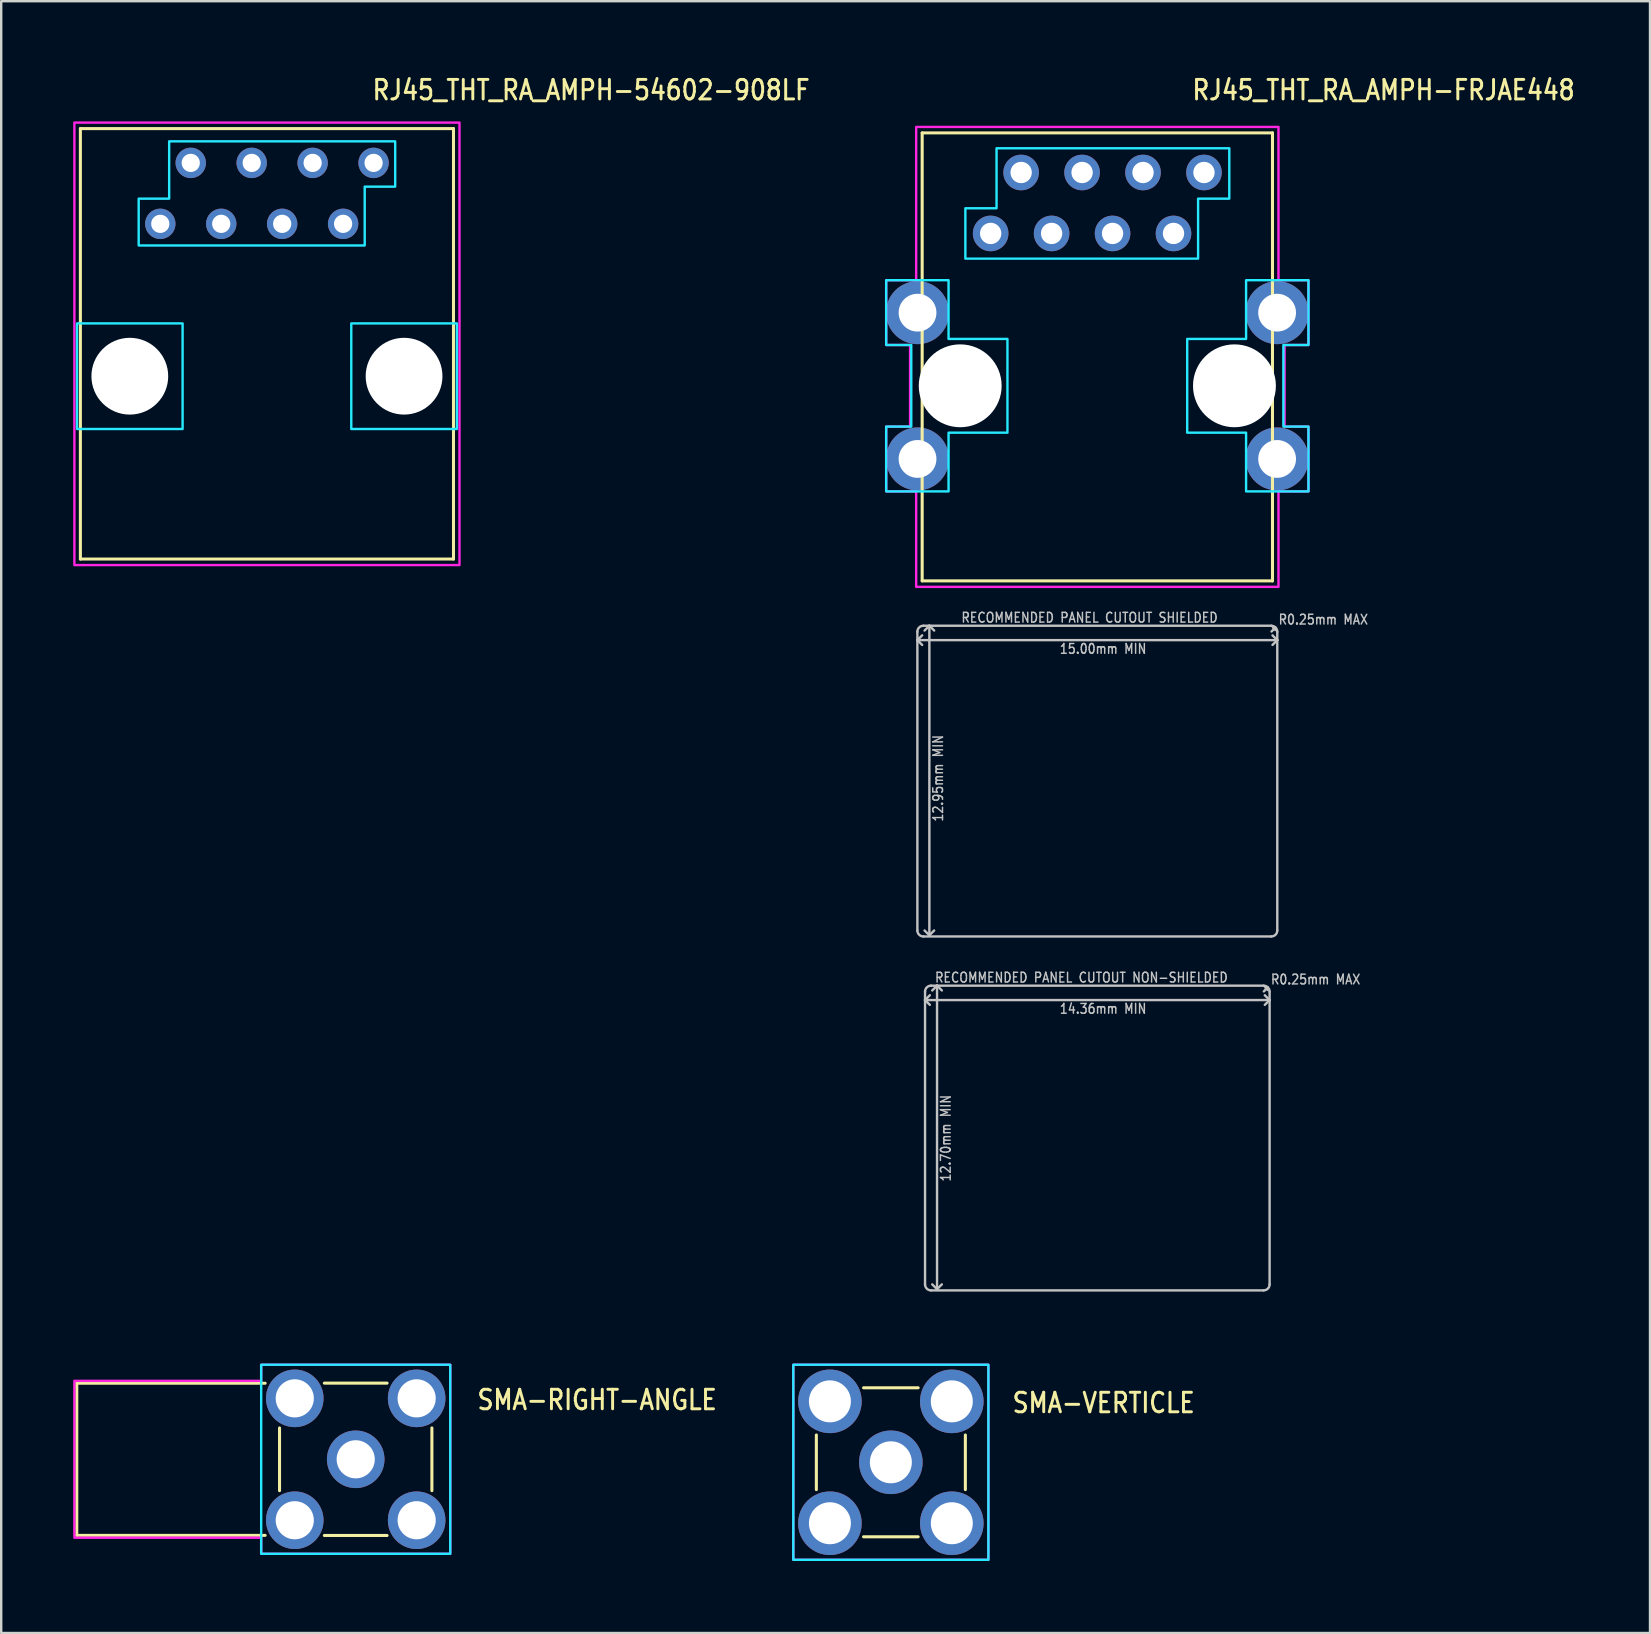
<source format=kicad_pcb>
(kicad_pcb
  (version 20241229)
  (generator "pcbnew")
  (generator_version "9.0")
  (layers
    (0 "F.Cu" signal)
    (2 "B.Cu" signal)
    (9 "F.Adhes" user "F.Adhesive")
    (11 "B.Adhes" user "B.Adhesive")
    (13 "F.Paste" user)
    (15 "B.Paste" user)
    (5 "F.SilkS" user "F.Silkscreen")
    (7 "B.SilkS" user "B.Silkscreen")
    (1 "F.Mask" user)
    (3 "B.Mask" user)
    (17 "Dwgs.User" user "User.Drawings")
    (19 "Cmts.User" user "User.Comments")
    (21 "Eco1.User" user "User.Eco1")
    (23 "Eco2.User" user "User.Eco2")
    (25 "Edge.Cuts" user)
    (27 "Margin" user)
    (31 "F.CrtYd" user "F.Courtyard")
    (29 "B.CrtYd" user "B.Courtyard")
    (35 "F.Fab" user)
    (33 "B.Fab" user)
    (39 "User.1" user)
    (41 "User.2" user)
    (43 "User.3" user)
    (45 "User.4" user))
  (footprint "RJ45_THT_RA_AMPH-FRJAE448"
    (layer "F.Cu")
    (at 42.683 13.029)
    (property "Reference" "RJ45_THT_RA_AMPH-FRJAE448" (at 3.89 -11.85 0) (unlocked yes) (layer "F.SilkS") (effects (font (size 0.813 0.695) (thickness 0.122)) (justify left bottom)))
    (fp_line (start -7.3 -10.54) (end 7.3 -10.54) (stroke (width 0.127) (type solid)) (layer "F.SilkS"))
    (fp_line (start -7.3 8.13) (end -7.3 -10.54) (stroke (width 0.127) (type solid)) (layer "F.SilkS"))
    (fp_line (start 7.3 -10.54) (end 7.3 8.13) (stroke (width 0.127) (type solid)) (layer "F.SilkS"))
    (fp_line (start 7.3 8.13) (end -7.3 8.13) (stroke (width 0.127) (type solid)) (layer "F.SilkS"))
    (fp_line (start -7.5 10.6) (end -7.5 10.25) (stroke (width 0.1) (type solid)) (layer "Dwgs.User"))
    (fp_line (start -7.5 10.6) (end -7.3 10.8) (stroke (width 0.1) (type solid)) (layer "Dwgs.User"))
    (fp_line (start -7.5 10.6) (end 7.5 10.6) (stroke (width 0.1) (type solid)) (layer "Dwgs.User"))
    (fp_line (start -7.5 22.7) (end -7.5 10.6) (stroke (width 0.1) (type solid)) (layer "Dwgs.User"))
    (fp_line (start -7.3 10.4) (end -7.5 10.6) (stroke (width 0.1) (type solid)) (layer "Dwgs.User"))
    (fp_line (start -7.25 10) (end -7 10) (stroke (width 0.1) (type solid)) (layer "Dwgs.User"))
    (fp_line (start -7.18 25.6) (end -7.18 25.25) (stroke (width 0.1) (type solid)) (layer "Dwgs.User"))
    (fp_line (start -7.18 25.6) (end -6.98 25.8) (stroke (width 0.1) (type solid)) (layer "Dwgs.User"))
    (fp_line (start -7.18 25.6) (end 7.18 25.6) (stroke (width 0.1) (type solid)) (layer "Dwgs.User"))
    (fp_line (start -7.18 37.45) (end -7.18 25.6) (stroke (width 0.1) (type solid)) (layer "Dwgs.User"))
    (fp_line (start -7 10) (end -7.2 10.2) (stroke (width 0.1) (type solid)) (layer "Dwgs.User"))
    (fp_line (start -7 10) (end -7 22.9) (stroke (width 0.1) (type solid)) (layer "Dwgs.User"))
    (fp_line (start -7 10) (end -6.8 10.2) (stroke (width 0.1) (type solid)) (layer "Dwgs.User"))
    (fp_line (start -7 10) (end 7.25 10) (stroke (width 0.1) (type solid)) (layer "Dwgs.User"))
    (fp_line (start -7 22.9) (end -7.2 22.7) (stroke (width 0.1) (type solid)) (layer "Dwgs.User"))
    (fp_line (start -7 22.9) (end -6.8 22.7) (stroke (width 0.1) (type solid)) (layer "Dwgs.User"))
    (fp_line (start -6.98 25.4) (end -7.18 25.6) (stroke (width 0.1) (type solid)) (layer "Dwgs.User"))
    (fp_line (start -6.93 25) (end -6.68 25) (stroke (width 0.1) (type solid)) (layer "Dwgs.User"))
    (fp_line (start -6.68 25) (end -6.88 25.2) (stroke (width 0.1) (type solid)) (layer "Dwgs.User"))
    (fp_line (start -6.68 25) (end -6.68 37.65) (stroke (width 0.1) (type solid)) (layer "Dwgs.User"))
    (fp_line (start -6.68 25) (end -6.48 25.2) (stroke (width 0.1) (type solid)) (layer "Dwgs.User"))
    (fp_line (start -6.68 25) (end 6.93 25) (stroke (width 0.1) (type solid)) (layer "Dwgs.User"))
    (fp_line (start -6.68 37.65) (end -6.88 37.45) (stroke (width 0.1) (type solid)) (layer "Dwgs.User"))
    (fp_line (start -6.68 37.65) (end -6.48 37.45) (stroke (width 0.1) (type solid)) (layer "Dwgs.User"))
    (fp_line (start 6.93 37.7) (end -6.93 37.7) (stroke (width 0.1) (type solid)) (layer "Dwgs.User"))
    (fp_line (start 6.94 25.24) (end 7.1 25.08) (stroke (width 0.1) (type solid)) (layer "Dwgs.User"))
    (fp_line (start 7.1 25.08) (end 7 25.08) (stroke (width 0.1) (type solid)) (layer "Dwgs.User"))
    (fp_line (start 7.1 25.08) (end 7.1 25.18) (stroke (width 0.1) (type solid)) (layer "Dwgs.User"))
    (fp_line (start 7.18 25.25) (end 7.18 25.6) (stroke (width 0.1) (type solid)) (layer "Dwgs.User"))
    (fp_line (start 7.18 25.6) (end 6.98 25.4) (stroke (width 0.1) (type solid)) (layer "Dwgs.User"))
    (fp_line (start 7.18 25.6) (end 6.98 25.8) (stroke (width 0.1) (type solid)) (layer "Dwgs.User"))
    (fp_line (start 7.18 25.6) (end 7.18 37.45) (stroke (width 0.1) (type solid)) (layer "Dwgs.User"))
    (fp_line (start 7.25 22.95) (end -7.25 22.95) (stroke (width 0.1) (type solid)) (layer "Dwgs.User"))
    (fp_line (start 7.26 10.24) (end 7.42 10.08) (stroke (width 0.1) (type solid)) (layer "Dwgs.User"))
    (fp_line (start 7.42 10.08) (end 7.32 10.08) (stroke (width 0.1) (type solid)) (layer "Dwgs.User"))
    (fp_line (start 7.42 10.08) (end 7.42 10.18) (stroke (width 0.1) (type solid)) (layer "Dwgs.User"))
    (fp_line (start 7.5 10.25) (end 7.5 10.6) (stroke (width 0.1) (type solid)) (layer "Dwgs.User"))
    (fp_line (start 7.5 10.6) (end 7.3 10.4) (stroke (width 0.1) (type solid)) (layer "Dwgs.User"))
    (fp_line (start 7.5 10.6) (end 7.3 10.8) (stroke (width 0.1) (type solid)) (layer "Dwgs.User"))
    (fp_line (start 7.5 10.6) (end 7.5 22.7) (stroke (width 0.1) (type solid)) (layer "Dwgs.User"))
    (fp_arc (start -7.5 10.25) (mid -7.426777 10.073223) (end -7.25 10) (stroke (width 0.1) (type solid)) (layer "Dwgs.User"))
    (fp_arc (start -7.25 22.95) (mid -7.426777 22.876777) (end -7.5 22.7) (stroke (width 0.1) (type solid)) (layer "Dwgs.User"))
    (fp_arc (start -7.18 25.25) (mid -7.106777 25.073223) (end -6.93 25) (stroke (width 0.1) (type solid)) (layer "Dwgs.User"))
    (fp_arc (start -6.93 37.7) (mid -7.106777 37.626777) (end -7.18 37.45) (stroke (width 0.1) (type solid)) (layer "Dwgs.User"))
    (fp_arc (start 6.93 25) (mid 7.106777 25.073223) (end 7.18 25.25) (stroke (width 0.1) (type solid)) (layer "Dwgs.User"))
    (fp_arc (start 7.18 37.45) (mid 7.106777 37.626777) (end 6.93 37.7) (stroke (width 0.1) (type solid)) (layer "Dwgs.User"))
    (fp_arc (start 7.25 10) (mid 7.426777 10.073223) (end 7.5 10.25) (stroke (width 0.1) (type solid)) (layer "Dwgs.User"))
    (fp_arc (start 7.5 22.7) (mid 7.426777 22.876777) (end 7.25 22.95) (stroke (width 0.1) (type solid)) (layer "Dwgs.User"))
    (fp_poly (pts (xy -4.2 -9.9) (xy 5.5 -9.9) (xy 5.5 -7.8) (xy 4.2 -7.8) (xy 4.2 -5.3) (xy -5.5 -5.3) (xy -5.5 -7.4) (xy -4.2 -7.4)) (stroke (width 0.1) (type solid)) (fill no) (layer "B.CrtYd"))
    (fp_poly (pts (xy -8.8 -4.4) (xy -6.2 -4.4) (xy -6.2 -1.954) (xy -3.746 -1.954) (xy -3.746 1.954) (xy -6.2 1.954) (xy -6.2 4.4) (xy -8.8 4.4) (xy -8.8 1.7) (xy -7.754 1.7) (xy -7.754 -1.7) (xy -8.8 -1.7)) (stroke (width 0.1) (type solid)) (fill no) (layer "B.CrtYd"))
    (fp_poly (pts (xy 8.8 4.4) (xy 6.2 4.4) (xy 6.2 1.954) (xy 3.746 1.954) (xy 3.746 -1.954) (xy 6.2 -1.954) (xy 6.2 -4.4) (xy 8.8 -4.4) (xy 8.8 -1.7) (xy 7.754 -1.7) (xy 7.754 1.7) (xy 8.8 1.7)) (stroke (width 0.1) (type solid)) (fill no) (layer "B.CrtYd"))
    (fp_poly (pts (xy -7.55 -10.79) (xy 7.55 -10.79) (xy 7.55 -4.4) (xy 8.8 -4.4) (xy 8.8 -1.7) (xy 7.804 -1.7) (xy 7.804 1.7) (xy 8.8 1.7) (xy 8.8 4.4) (xy 7.55 4.4) (xy 7.55 8.38) (xy -7.55 8.38) (xy -7.55 4.4) (xy -8.8 4.4) (xy -8.8 1.7) (xy -7.804 1.7) (xy -7.804 -1.7) (xy -8.8 -1.7) (xy -8.8 -4.4) (xy -7.55 -4.4)) (stroke (width 0.1) (type solid)) (fill no) (layer "F.CrtYd"))
    (fp_text user "15.00mm MIN" (at -1.6 11.2 0) (unlocked yes) (layer "Dwgs.User") (effects (font (size 0.406 0.347) (thickness 0.061)) (justify left bottom)))
    (fp_text user "RECOMMENDED PANEL CUTOUT NON-SHIELDED" (at -6.8 24.9 0) (unlocked yes) (layer "Dwgs.User") (effects (font (size 0.406 0.347) (thickness 0.061)) (justify left bottom)))
    (fp_text user "14.36mm MIN" (at -1.6 26.2 0) (unlocked yes) (layer "Dwgs.User") (effects (font (size 0.406 0.347) (thickness 0.061)) (justify left bottom)))
    (fp_text user "R0.25mm MAX" (at 7.52 9.98 0) (unlocked yes) (layer "Dwgs.User") (effects (font (size 0.406 0.347) (thickness 0.061)) (justify left bottom)))
    (fp_text user "R0.25mm MAX" (at 7.2 24.98 0) (unlocked yes) (layer "Dwgs.User") (effects (font (size 0.406 0.347) (thickness 0.061)) (justify left bottom)))
    (fp_text user "12.70mm MIN" (at -6.08 33.2 90) (unlocked yes) (layer "Dwgs.User") (effects (font (size 0.406 0.347) (thickness 0.061)) (justify left bottom)))
    (fp_text user "12.95mm MIN" (at -6.4 18.2 90) (unlocked yes) (layer "Dwgs.User") (effects (font (size 0.406 0.347) (thickness 0.061)) (justify left bottom)))
    (fp_text user "RECOMMENDED PANEL CUTOUT SHIELDED" (at -5.7 9.9 0) (unlocked yes) (layer "Dwgs.User") (effects (font (size 0.406 0.347) (thickness 0.061)) (justify left bottom)))
    (pad "" np_thru_hole circle (at -5.715 0) (size 3.454 3.454) (drill 3.454) (layers "*.Cu" "*.Mask"))
    (pad "" np_thru_hole circle (at 5.715 0) (size 3.454 3.454) (drill 3.454) (layers "*.Cu" "*.Mask"))
    (pad "P$1" thru_hole oval (at -4.445 -6.35) (size 1.483 1.483) (drill 0.89) (layers "*.Cu" "*.Mask"))
    (pad "P$2" thru_hole oval (at -3.175 -8.89) (size 1.483 1.483) (drill 0.89) (layers "*.Cu" "*.Mask"))
    (pad "P$3" thru_hole oval (at -1.905 -6.35) (size 1.483 1.483) (drill 0.89) (layers "*.Cu" "*.Mask"))
    (pad "P$4" thru_hole oval (at -0.635 -8.89) (size 1.483 1.483) (drill 0.89) (layers "*.Cu" "*.Mask"))
    (pad "P$5" thru_hole oval (at 0.635 -6.35) (size 1.483 1.483) (drill 0.89) (layers "*.Cu" "*.Mask"))
    (pad "P$6" thru_hole oval (at 1.905 -8.89) (size 1.483 1.483) (drill 0.89) (layers "*.Cu" "*.Mask"))
    (pad "P$7" thru_hole oval (at 3.175 -6.35) (size 1.483 1.483) (drill 0.89) (layers "*.Cu" "*.Mask"))
    (pad "P$8" thru_hole oval (at 4.445 -8.89) (size 1.483 1.483) (drill 0.89) (layers "*.Cu" "*.Mask"))
    (pad "S$1" thru_hole oval (at -7.493 3.048) (size 2.625 2.625) (drill 1.575) (layers "*.Cu" "*.Mask"))
    (pad "S$2" thru_hole oval (at 7.493 3.048) (size 2.625 2.625) (drill 1.575) (layers "*.Cu" "*.Mask"))
    (pad "S$3" thru_hole oval (at 7.493 -3.048) (size 2.625 2.625) (drill 1.575) (layers "*.Cu" "*.Mask"))
    (pad "S$4" thru_hole oval (at -7.493 -3.048) (size 2.625 2.625) (drill 1.575) (layers "*.Cu" "*.Mask")))
  (footprint "RJ45_THT_RA_AMPH-54602-908LF"
    (layer "F.Cu")
    (at 8.075 12.629)
    (property "Reference" "RJ45_THT_RA_AMPH-54602-908LF" (at 4.33 -11.45 0) (unlocked yes) (layer "F.SilkS") (effects (font (size 0.813 0.695) (thickness 0.122)) (justify left bottom)))
    (fp_line (start -7.775 -10.32) (end 7.775 -10.32) (stroke (width 0.127) (type solid)) (layer "F.SilkS"))
    (fp_line (start -7.775 7.62) (end -7.775 -10.32) (stroke (width 0.127) (type solid)) (layer "F.SilkS"))
    (fp_line (start 7.775 -10.32) (end 7.775 7.62) (stroke (width 0.127) (type solid)) (layer "F.SilkS"))
    (fp_line (start 7.775 7.62) (end -7.775 7.62) (stroke (width 0.127) (type solid)) (layer "F.SilkS"))
    (fp_poly (pts (xy -7.915 -2.2) (xy -7.915 2.2) (xy -3.515 2.2) (xy -3.515 -2.2)) (stroke (width 0.1) (type solid)) (fill no) (layer "B.CrtYd"))
    (fp_poly (pts (xy 3.515 -2.2) (xy 3.515 2.2) (xy 7.915 2.2) (xy 7.915 -2.2)) (stroke (width 0.1) (type solid)) (fill no) (layer "B.CrtYd"))
    (fp_poly (pts (xy -5.345 -5.45) (xy 4.075 -5.45) (xy 4.075 -7.9) (xy 5.345 -7.9) (xy 5.345 -9.79) (xy -4.075 -9.79) (xy -4.075 -7.4) (xy -5.345 -7.4)) (stroke (width 0.1) (type solid)) (fill no) (layer "B.CrtYd"))
    (fp_poly (pts (xy -8.025 -10.57) (xy 8.025 -10.57) (xy 8.025 7.87) (xy -8.025 7.87)) (stroke (width 0.1) (type solid)) (fill no) (layer "F.CrtYd"))
    (pad "" np_thru_hole circle (at -5.715 0) (size 3.2 3.2) (drill 3.2) (layers "*.Cu" "*.Mask"))
    (pad "" np_thru_hole circle (at 5.715 0) (size 3.2 3.2) (drill 3.2) (layers "*.Cu" "*.Mask"))
    (pad "P$1" thru_hole oval (at -4.445 -6.35) (size 1.267 1.267) (drill 0.76) (layers "*.Cu" "*.Mask"))
    (pad "P$2" thru_hole oval (at -3.175 -8.89) (size 1.267 1.267) (drill 0.76) (layers "*.Cu" "*.Mask"))
    (pad "P$3" thru_hole oval (at -1.905 -6.35) (size 1.267 1.267) (drill 0.76) (layers "*.Cu" "*.Mask"))
    (pad "P$4" thru_hole oval (at -0.635 -8.89) (size 1.267 1.267) (drill 0.76) (layers "*.Cu" "*.Mask"))
    (pad "P$5" thru_hole oval (at 0.635 -6.35) (size 1.267 1.267) (drill 0.76) (layers "*.Cu" "*.Mask"))
    (pad "P$6" thru_hole oval (at 1.905 -8.89) (size 1.267 1.267) (drill 0.76) (layers "*.Cu" "*.Mask"))
    (pad "P$7" thru_hole oval (at 3.175 -6.35) (size 1.267 1.267) (drill 0.76) (layers "*.Cu" "*.Mask"))
    (pad "P$8" thru_hole oval (at 4.445 -8.89) (size 1.267 1.267) (drill 0.76) (layers "*.Cu" "*.Mask")))
  (footprint "SMA-VERTICLE"
    (layer "F.Cu")
    (at 34.078 57.894)
    (property "Reference" "SMA-VERTICLE" (at 5 -2 0) (unlocked yes) (layer "F.SilkS") (effects (font (size 0.813 0.695) (thickness 0.122)) (justify left bottom)))
    (fp_line (start -3.105 -1.138) (end -3.105 1.138) (stroke (width 0.127) (type solid)) (layer "F.SilkS"))
    (fp_line (start 1.138 -3.105) (end -1.138 -3.105) (stroke (width 0.127) (type solid)) (layer "F.SilkS"))
    (fp_line (start 1.138 3.105) (end -1.138 3.105) (stroke (width 0.127) (type solid)) (layer "F.SilkS"))
    (fp_line (start 3.105 -1.138) (end 3.105 1.138) (stroke (width 0.127) (type solid)) (layer "F.SilkS"))
    (fp_poly (pts (xy -4.065 -4.065) (xy 4.065 -4.065) (xy 4.065 4.065) (xy -4.065 4.065)) (stroke (width 0.1) (type solid)) (fill no) (layer "B.CrtYd"))
    (fp_poly (pts (xy -4.065 -4.065) (xy 4.065 -4.065) (xy 4.065 4.065) (xy -4.065 4.065)) (stroke (width 0.1) (type solid)) (fill no) (layer "F.CrtYd"))
    (pad "P$1" thru_hole oval (at -2.54 -2.54) (size 2.65 2.65) (drill 1.75) (layers "*.Cu" "*.Mask"))
    (pad "P$2" thru_hole oval (at -2.54 2.54) (size 2.65 2.65) (drill 1.75) (layers "*.Cu" "*.Mask"))
    (pad "P$3" thru_hole oval (at 2.54 2.54) (size 2.65 2.65) (drill 1.75) (layers "*.Cu" "*.Mask"))
    (pad "P$4" thru_hole oval (at 2.54 -2.54) (size 2.65 2.65) (drill 1.75) (layers "*.Cu" "*.Mask"))
    (pad "P$5" thru_hole oval (at 0 0) (size 2.65 2.65) (drill 1.75) (layers "*.Cu" "*.Mask")))
  (footprint "SMA-RIGHT-ANGLE"
    (layer "F.Cu")
    (at 11.775 57.769)
    (property "Reference" "SMA-RIGHT-ANGLE" (at 5 -2 0) (unlocked yes) (layer "F.SilkS") (effects (font (size 0.813 0.695) (thickness 0.122)) (justify left bottom)))
    (fp_line (start -11.625 -3.17) (end -3.775 -3.17) (stroke (width 0.127) (type solid)) (layer "F.SilkS"))
    (fp_line (start -11.625 3.17) (end -11.625 -3.17) (stroke (width 0.127) (type solid)) (layer "F.SilkS"))
    (fp_line (start -3.775 3.17) (end -11.625 3.17) (stroke (width 0.127) (type solid)) (layer "F.SilkS"))
    (fp_line (start -3.175 -1.307) (end -3.175 1.307) (stroke (width 0.127) (type solid)) (layer "F.SilkS"))
    (fp_line (start 1.307 -3.175) (end -1.307 -3.175) (stroke (width 0.127) (type solid)) (layer "F.SilkS"))
    (fp_line (start 1.307 3.175) (end -1.307 3.175) (stroke (width 0.127) (type solid)) (layer "F.SilkS"))
    (fp_line (start 3.175 -1.307) (end 3.175 1.307) (stroke (width 0.127) (type solid)) (layer "F.SilkS"))
    (fp_poly (pts (xy -3.94 -3.94) (xy 3.94 -3.94) (xy 3.94 3.94) (xy -3.94 3.94)) (stroke (width 0.1) (type solid)) (fill no) (layer "B.CrtYd"))
    (fp_poly (pts (xy 3.94 3.94) (xy 3.94 -3.94) (xy -3.94 -3.94) (xy -3.94 -3.27) (xy -11.725 -3.27) (xy -11.725 3.27) (xy -3.94 3.27) (xy -3.94 3.94)) (stroke (width 0.1) (type solid)) (fill no) (layer "F.CrtYd"))
    (pad "P$1" thru_hole oval (at -2.54 -2.54) (size 2.4 2.4) (drill 1.59) (layers "*.Cu" "*.Mask"))
    (pad "P$2" thru_hole oval (at -2.54 2.54) (size 2.4 2.4) (drill 1.59) (layers "*.Cu" "*.Mask"))
    (pad "P$3" thru_hole oval (at 2.54 2.54) (size 2.4 2.4) (drill 1.59) (layers "*.Cu" "*.Mask"))
    (pad "P$4" thru_hole oval (at 2.54 -2.54) (size 2.4 2.4) (drill 1.59) (layers "*.Cu" "*.Mask"))
    (pad "P$5" thru_hole oval (at 0 0) (size 2.4 2.4) (drill 1.59) (layers "*.Cu" "*.Mask")))
  (gr_rect
    (start -3 -3)
    (end 65.717 65.009)
    (stroke (width 0.1) (type default))
    (fill no)
    (layer "Edge.Cuts")))
</source>
